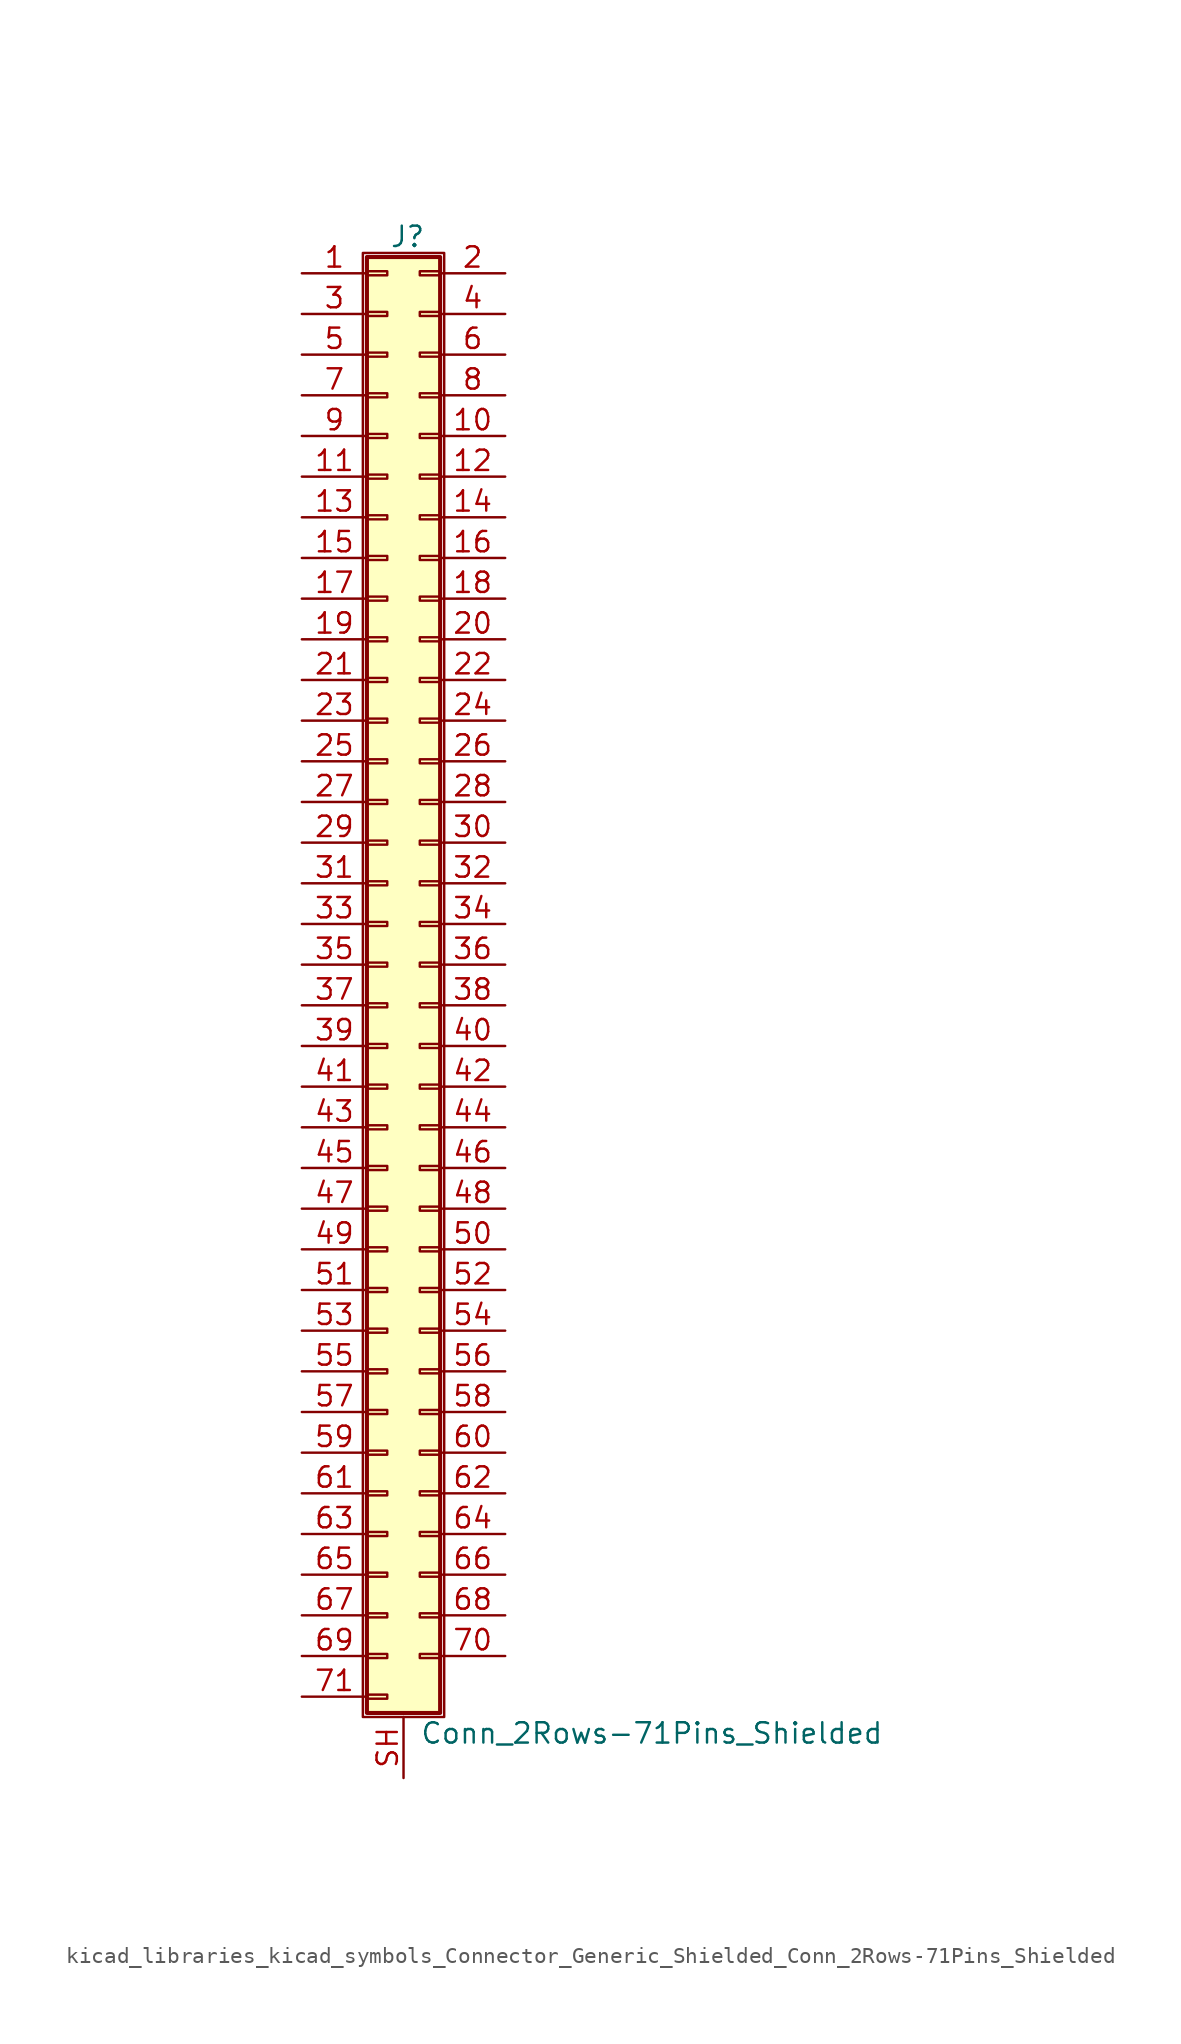
<source format=kicad_sym>
(kicad_symbol_lib
  (version 20220914)
  (generator kicad_symbol_editor)
  (symbol "kicad_libraries_kicad_symbols_Connector_Generic_Shielded_Conn_2Rows-71Pins_Shielded"
    (pin_names
      (offset 1.016) hide)
    (property "Reference" "J"
      (at 1.524 45.466 0)
      (effects (font (size 1.27 1.27))))
    (property "Value" "Conn_2Rows-71Pins_Shielded"
      (at 2.286 -48.006 0)
      (effects (font (size 1.27 1.27)) (justify left)))
    (symbol "kicad_libraries_kicad_symbols_Connector_Generic_Shielded_Conn_2Rows-71Pins_Shielded_1_1"
      (rectangle (start -1.27 44.45) (end 3.81 -46.99) (stroke (width 0.152) (type default)) (fill (type none)))
      (rectangle (start -1.016 -45.593) (end 0.254 -45.847) (stroke (width 0.152) (type default)) (fill (type none)))
      (rectangle (start -1.016 -43.053) (end 0.254 -43.307) (stroke (width 0.152) (type default)) (fill (type none)))
      (rectangle (start -1.016 -40.513) (end 0.254 -40.767) (stroke (width 0.152) (type default)) (fill (type none)))
      (rectangle (start -1.016 -37.973) (end 0.254 -38.227) (stroke (width 0.152) (type default)) (fill (type none)))
      (rectangle (start -1.016 -35.433) (end 0.254 -35.687) (stroke (width 0.152) (type default)) (fill (type none)))
      (rectangle (start -1.016 -32.893) (end 0.254 -33.147) (stroke (width 0.152) (type default)) (fill (type none)))
      (rectangle (start -1.016 -30.353) (end 0.254 -30.607) (stroke (width 0.152) (type default)) (fill (type none)))
      (rectangle (start -1.016 -27.813) (end 0.254 -28.067) (stroke (width 0.152) (type default)) (fill (type none)))
      (rectangle (start -1.016 -25.273) (end 0.254 -25.527) (stroke (width 0.152) (type default)) (fill (type none)))
      (rectangle (start -1.016 -22.733) (end 0.254 -22.987) (stroke (width 0.152) (type default)) (fill (type none)))
      (rectangle (start -1.016 -20.193) (end 0.254 -20.447) (stroke (width 0.152) (type default)) (fill (type none)))
      (rectangle (start -1.016 -17.653) (end 0.254 -17.907) (stroke (width 0.152) (type default)) (fill (type none)))
      (rectangle (start -1.016 -15.113) (end 0.254 -15.367) (stroke (width 0.152) (type default)) (fill (type none)))
      (rectangle (start -1.016 -12.573) (end 0.254 -12.827) (stroke (width 0.152) (type default)) (fill (type none)))
      (rectangle (start -1.016 -10.033) (end 0.254 -10.287) (stroke (width 0.152) (type default)) (fill (type none)))
      (rectangle (start -1.016 -7.493) (end 0.254 -7.747) (stroke (width 0.152) (type default)) (fill (type none)))
      (rectangle (start -1.016 -4.953) (end 0.254 -5.207) (stroke (width 0.152) (type default)) (fill (type none)))
      (rectangle (start -1.016 -2.413) (end 0.254 -2.667) (stroke (width 0.152) (type default)) (fill (type none)))
      (rectangle (start -1.016 0.127) (end 0.254 -0.127) (stroke (width 0.152) (type default)) (fill (type none)))
      (rectangle (start -1.016 2.667) (end 0.254 2.413) (stroke (width 0.152) (type default)) (fill (type none)))
      (rectangle (start -1.016 5.207) (end 0.254 4.953) (stroke (width 0.152) (type default)) (fill (type none)))
      (rectangle (start -1.016 7.747) (end 0.254 7.493) (stroke (width 0.152) (type default)) (fill (type none)))
      (rectangle (start -1.016 10.287) (end 0.254 10.033) (stroke (width 0.152) (type default)) (fill (type none)))
      (rectangle (start -1.016 12.827) (end 0.254 12.573) (stroke (width 0.152) (type default)) (fill (type none)))
      (rectangle (start -1.016 15.367) (end 0.254 15.113) (stroke (width 0.152) (type default)) (fill (type none)))
      (rectangle (start -1.016 17.907) (end 0.254 17.653) (stroke (width 0.152) (type default)) (fill (type none)))
      (rectangle (start -1.016 20.447) (end 0.254 20.193) (stroke (width 0.152) (type default)) (fill (type none)))
      (rectangle (start -1.016 22.987) (end 0.254 22.733) (stroke (width 0.152) (type default)) (fill (type none)))
      (rectangle (start -1.016 25.527) (end 0.254 25.273) (stroke (width 0.152) (type default)) (fill (type none)))
      (rectangle (start -1.016 28.067) (end 0.254 27.813) (stroke (width 0.152) (type default)) (fill (type none)))
      (rectangle (start -1.016 30.607) (end 0.254 30.353) (stroke (width 0.152) (type default)) (fill (type none)))
      (rectangle (start -1.016 33.147) (end 0.254 32.893) (stroke (width 0.152) (type default)) (fill (type none)))
      (rectangle (start -1.016 35.687) (end 0.254 35.433) (stroke (width 0.152) (type default)) (fill (type none)))
      (rectangle (start -1.016 38.227) (end 0.254 37.973) (stroke (width 0.152) (type default)) (fill (type none)))
      (rectangle (start -1.016 40.767) (end 0.254 40.513) (stroke (width 0.152) (type default)) (fill (type none)))
      (rectangle (start -1.016 43.307) (end 0.254 43.053) (stroke (width 0.152) (type default)) (fill (type none)))
      (rectangle (start -1.016 44.196) (end 3.556 -46.736) (stroke (width 0.254) (type default)) (fill (type background)))
      (rectangle (start 3.556 -43.053) (end 2.286 -43.307) (stroke (width 0.152) (type default)) (fill (type none)))
      (rectangle (start 3.556 -40.513) (end 2.286 -40.767) (stroke (width 0.152) (type default)) (fill (type none)))
      (rectangle (start 3.556 -37.973) (end 2.286 -38.227) (stroke (width 0.152) (type default)) (fill (type none)))
      (rectangle (start 3.556 -35.433) (end 2.286 -35.687) (stroke (width 0.152) (type default)) (fill (type none)))
      (rectangle (start 3.556 -32.893) (end 2.286 -33.147) (stroke (width 0.152) (type default)) (fill (type none)))
      (rectangle (start 3.556 -30.353) (end 2.286 -30.607) (stroke (width 0.152) (type default)) (fill (type none)))
      (rectangle (start 3.556 -27.813) (end 2.286 -28.067) (stroke (width 0.152) (type default)) (fill (type none)))
      (rectangle (start 3.556 -25.273) (end 2.286 -25.527) (stroke (width 0.152) (type default)) (fill (type none)))
      (rectangle (start 3.556 -22.733) (end 2.286 -22.987) (stroke (width 0.152) (type default)) (fill (type none)))
      (rectangle (start 3.556 -20.193) (end 2.286 -20.447) (stroke (width 0.152) (type default)) (fill (type none)))
      (rectangle (start 3.556 -17.653) (end 2.286 -17.907) (stroke (width 0.152) (type default)) (fill (type none)))
      (rectangle (start 3.556 -15.113) (end 2.286 -15.367) (stroke (width 0.152) (type default)) (fill (type none)))
      (rectangle (start 3.556 -12.573) (end 2.286 -12.827) (stroke (width 0.152) (type default)) (fill (type none)))
      (rectangle (start 3.556 -10.033) (end 2.286 -10.287) (stroke (width 0.152) (type default)) (fill (type none)))
      (rectangle (start 3.556 -7.493) (end 2.286 -7.747) (stroke (width 0.152) (type default)) (fill (type none)))
      (rectangle (start 3.556 -4.953) (end 2.286 -5.207) (stroke (width 0.152) (type default)) (fill (type none)))
      (rectangle (start 3.556 -2.413) (end 2.286 -2.667) (stroke (width 0.152) (type default)) (fill (type none)))
      (rectangle (start 3.556 0.127) (end 2.286 -0.127) (stroke (width 0.152) (type default)) (fill (type none)))
      (rectangle (start 3.556 2.667) (end 2.286 2.413) (stroke (width 0.152) (type default)) (fill (type none)))
      (rectangle (start 3.556 5.207) (end 2.286 4.953) (stroke (width 0.152) (type default)) (fill (type none)))
      (rectangle (start 3.556 7.747) (end 2.286 7.493) (stroke (width 0.152) (type default)) (fill (type none)))
      (rectangle (start 3.556 10.287) (end 2.286 10.033) (stroke (width 0.152) (type default)) (fill (type none)))
      (rectangle (start 3.556 12.827) (end 2.286 12.573) (stroke (width 0.152) (type default)) (fill (type none)))
      (rectangle (start 3.556 15.367) (end 2.286 15.113) (stroke (width 0.152) (type default)) (fill (type none)))
      (rectangle (start 3.556 17.907) (end 2.286 17.653) (stroke (width 0.152) (type default)) (fill (type none)))
      (rectangle (start 3.556 20.447) (end 2.286 20.193) (stroke (width 0.152) (type default)) (fill (type none)))
      (rectangle (start 3.556 22.987) (end 2.286 22.733) (stroke (width 0.152) (type default)) (fill (type none)))
      (rectangle (start 3.556 25.527) (end 2.286 25.273) (stroke (width 0.152) (type default)) (fill (type none)))
      (rectangle (start 3.556 28.067) (end 2.286 27.813) (stroke (width 0.152) (type default)) (fill (type none)))
      (rectangle (start 3.556 30.607) (end 2.286 30.353) (stroke (width 0.152) (type default)) (fill (type none)))
      (rectangle (start 3.556 33.147) (end 2.286 32.893) (stroke (width 0.152) (type default)) (fill (type none)))
      (rectangle (start 3.556 35.687) (end 2.286 35.433) (stroke (width 0.152) (type default)) (fill (type none)))
      (rectangle (start 3.556 38.227) (end 2.286 37.973) (stroke (width 0.152) (type default)) (fill (type none)))
      (rectangle (start 3.556 40.767) (end 2.286 40.513) (stroke (width 0.152) (type default)) (fill (type none)))
      (rectangle (start 3.556 43.307) (end 2.286 43.053) (stroke (width 0.152) (type default)) (fill (type none)))
      (pin passive line (at -5.08 43.18 0) (length 4.064) (name "Pin_1" (effects (font (size 1.27 1.27)))) (number "1" (effects (font (size 1.27 1.27)))))
      (pin passive line (at 7.62 33.02 180) (length 4.064) (name "Pin_10" (effects (font (size 1.27 1.27)))) (number "10" (effects (font (size 1.27 1.27)))))
      (pin passive line (at -5.08 30.48 0) (length 4.064) (name "Pin_11" (effects (font (size 1.27 1.27)))) (number "11" (effects (font (size 1.27 1.27)))))
      (pin passive line (at 7.62 30.48 180) (length 4.064) (name "Pin_12" (effects (font (size 1.27 1.27)))) (number "12" (effects (font (size 1.27 1.27)))))
      (pin passive line (at -5.08 27.94 0) (length 4.064) (name "Pin_13" (effects (font (size 1.27 1.27)))) (number "13" (effects (font (size 1.27 1.27)))))
      (pin passive line (at 7.62 27.94 180) (length 4.064) (name "Pin_14" (effects (font (size 1.27 1.27)))) (number "14" (effects (font (size 1.27 1.27)))))
      (pin passive line (at -5.08 25.4 0) (length 4.064) (name "Pin_15" (effects (font (size 1.27 1.27)))) (number "15" (effects (font (size 1.27 1.27)))))
      (pin passive line (at 7.62 25.4 180) (length 4.064) (name "Pin_16" (effects (font (size 1.27 1.27)))) (number "16" (effects (font (size 1.27 1.27)))))
      (pin passive line (at -5.08 22.86 0) (length 4.064) (name "Pin_17" (effects (font (size 1.27 1.27)))) (number "17" (effects (font (size 1.27 1.27)))))
      (pin passive line (at 7.62 22.86 180) (length 4.064) (name "Pin_18" (effects (font (size 1.27 1.27)))) (number "18" (effects (font (size 1.27 1.27)))))
      (pin passive line (at -5.08 20.32 0) (length 4.064) (name "Pin_19" (effects (font (size 1.27 1.27)))) (number "19" (effects (font (size 1.27 1.27)))))
      (pin passive line (at 7.62 43.18 180) (length 4.064) (name "Pin_2" (effects (font (size 1.27 1.27)))) (number "2" (effects (font (size 1.27 1.27)))))
      (pin passive line (at 7.62 20.32 180) (length 4.064) (name "Pin_20" (effects (font (size 1.27 1.27)))) (number "20" (effects (font (size 1.27 1.27)))))
      (pin passive line (at -5.08 17.78 0) (length 4.064) (name "Pin_21" (effects (font (size 1.27 1.27)))) (number "21" (effects (font (size 1.27 1.27)))))
      (pin passive line (at 7.62 17.78 180) (length 4.064) (name "Pin_22" (effects (font (size 1.27 1.27)))) (number "22" (effects (font (size 1.27 1.27)))))
      (pin passive line (at -5.08 15.24 0) (length 4.064) (name "Pin_23" (effects (font (size 1.27 1.27)))) (number "23" (effects (font (size 1.27 1.27)))))
      (pin passive line (at 7.62 15.24 180) (length 4.064) (name "Pin_24" (effects (font (size 1.27 1.27)))) (number "24" (effects (font (size 1.27 1.27)))))
      (pin passive line (at -5.08 12.7 0) (length 4.064) (name "Pin_25" (effects (font (size 1.27 1.27)))) (number "25" (effects (font (size 1.27 1.27)))))
      (pin passive line (at 7.62 12.7 180) (length 4.064) (name "Pin_26" (effects (font (size 1.27 1.27)))) (number "26" (effects (font (size 1.27 1.27)))))
      (pin passive line (at -5.08 10.16 0) (length 4.064) (name "Pin_27" (effects (font (size 1.27 1.27)))) (number "27" (effects (font (size 1.27 1.27)))))
      (pin passive line (at 7.62 10.16 180) (length 4.064) (name "Pin_28" (effects (font (size 1.27 1.27)))) (number "28" (effects (font (size 1.27 1.27)))))
      (pin passive line (at -5.08 7.62 0) (length 4.064) (name "Pin_29" (effects (font (size 1.27 1.27)))) (number "29" (effects (font (size 1.27 1.27)))))
      (pin passive line (at -5.08 40.64 0) (length 4.064) (name "Pin_3" (effects (font (size 1.27 1.27)))) (number "3" (effects (font (size 1.27 1.27)))))
      (pin passive line (at 7.62 7.62 180) (length 4.064) (name "Pin_30" (effects (font (size 1.27 1.27)))) (number "30" (effects (font (size 1.27 1.27)))))
      (pin passive line (at -5.08 5.08 0) (length 4.064) (name "Pin_31" (effects (font (size 1.27 1.27)))) (number "31" (effects (font (size 1.27 1.27)))))
      (pin passive line (at 7.62 5.08 180) (length 4.064) (name "Pin_32" (effects (font (size 1.27 1.27)))) (number "32" (effects (font (size 1.27 1.27)))))
      (pin passive line (at -5.08 2.54 0) (length 4.064) (name "Pin_33" (effects (font (size 1.27 1.27)))) (number "33" (effects (font (size 1.27 1.27)))))
      (pin passive line (at 7.62 2.54 180) (length 4.064) (name "Pin_34" (effects (font (size 1.27 1.27)))) (number "34" (effects (font (size 1.27 1.27)))))
      (pin passive line (at -5.08 0 0) (length 4.064) (name "Pin_35" (effects (font (size 1.27 1.27)))) (number "35" (effects (font (size 1.27 1.27)))))
      (pin passive line (at 7.62 0 180) (length 4.064) (name "Pin_36" (effects (font (size 1.27 1.27)))) (number "36" (effects (font (size 1.27 1.27)))))
      (pin passive line (at -5.08 -2.54 0) (length 4.064) (name "Pin_37" (effects (font (size 1.27 1.27)))) (number "37" (effects (font (size 1.27 1.27)))))
      (pin passive line (at 7.62 -2.54 180) (length 4.064) (name "Pin_38" (effects (font (size 1.27 1.27)))) (number "38" (effects (font (size 1.27 1.27)))))
      (pin passive line (at -5.08 -5.08 0) (length 4.064) (name "Pin_39" (effects (font (size 1.27 1.27)))) (number "39" (effects (font (size 1.27 1.27)))))
      (pin passive line (at 7.62 40.64 180) (length 4.064) (name "Pin_4" (effects (font (size 1.27 1.27)))) (number "4" (effects (font (size 1.27 1.27)))))
      (pin passive line (at 7.62 -5.08 180) (length 4.064) (name "Pin_40" (effects (font (size 1.27 1.27)))) (number "40" (effects (font (size 1.27 1.27)))))
      (pin passive line (at -5.08 -7.62 0) (length 4.064) (name "Pin_41" (effects (font (size 1.27 1.27)))) (number "41" (effects (font (size 1.27 1.27)))))
      (pin passive line (at 7.62 -7.62 180) (length 4.064) (name "Pin_42" (effects (font (size 1.27 1.27)))) (number "42" (effects (font (size 1.27 1.27)))))
      (pin passive line (at -5.08 -10.16 0) (length 4.064) (name "Pin_43" (effects (font (size 1.27 1.27)))) (number "43" (effects (font (size 1.27 1.27)))))
      (pin passive line (at 7.62 -10.16 180) (length 4.064) (name "Pin_44" (effects (font (size 1.27 1.27)))) (number "44" (effects (font (size 1.27 1.27)))))
      (pin passive line (at -5.08 -12.7 0) (length 4.064) (name "Pin_45" (effects (font (size 1.27 1.27)))) (number "45" (effects (font (size 1.27 1.27)))))
      (pin passive line (at 7.62 -12.7 180) (length 4.064) (name "Pin_46" (effects (font (size 1.27 1.27)))) (number "46" (effects (font (size 1.27 1.27)))))
      (pin passive line (at -5.08 -15.24 0) (length 4.064) (name "Pin_47" (effects (font (size 1.27 1.27)))) (number "47" (effects (font (size 1.27 1.27)))))
      (pin passive line (at 7.62 -15.24 180) (length 4.064) (name "Pin_48" (effects (font (size 1.27 1.27)))) (number "48" (effects (font (size 1.27 1.27)))))
      (pin passive line (at -5.08 -17.78 0) (length 4.064) (name "Pin_49" (effects (font (size 1.27 1.27)))) (number "49" (effects (font (size 1.27 1.27)))))
      (pin passive line (at -5.08 38.1 0) (length 4.064) (name "Pin_5" (effects (font (size 1.27 1.27)))) (number "5" (effects (font (size 1.27 1.27)))))
      (pin passive line (at 7.62 -17.78 180) (length 4.064) (name "Pin_50" (effects (font (size 1.27 1.27)))) (number "50" (effects (font (size 1.27 1.27)))))
      (pin passive line (at -5.08 -20.32 0) (length 4.064) (name "Pin_51" (effects (font (size 1.27 1.27)))) (number "51" (effects (font (size 1.27 1.27)))))
      (pin passive line (at 7.62 -20.32 180) (length 4.064) (name "Pin_52" (effects (font (size 1.27 1.27)))) (number "52" (effects (font (size 1.27 1.27)))))
      (pin passive line (at -5.08 -22.86 0) (length 4.064) (name "Pin_53" (effects (font (size 1.27 1.27)))) (number "53" (effects (font (size 1.27 1.27)))))
      (pin passive line (at 7.62 -22.86 180) (length 4.064) (name "Pin_54" (effects (font (size 1.27 1.27)))) (number "54" (effects (font (size 1.27 1.27)))))
      (pin passive line (at -5.08 -25.4 0) (length 4.064) (name "Pin_55" (effects (font (size 1.27 1.27)))) (number "55" (effects (font (size 1.27 1.27)))))
      (pin passive line (at 7.62 -25.4 180) (length 4.064) (name "Pin_56" (effects (font (size 1.27 1.27)))) (number "56" (effects (font (size 1.27 1.27)))))
      (pin passive line (at -5.08 -27.94 0) (length 4.064) (name "Pin_57" (effects (font (size 1.27 1.27)))) (number "57" (effects (font (size 1.27 1.27)))))
      (pin passive line (at 7.62 -27.94 180) (length 4.064) (name "Pin_58" (effects (font (size 1.27 1.27)))) (number "58" (effects (font (size 1.27 1.27)))))
      (pin passive line (at -5.08 -30.48 0) (length 4.064) (name "Pin_59" (effects (font (size 1.27 1.27)))) (number "59" (effects (font (size 1.27 1.27)))))
      (pin passive line (at 7.62 38.1 180) (length 4.064) (name "Pin_6" (effects (font (size 1.27 1.27)))) (number "6" (effects (font (size 1.27 1.27)))))
      (pin passive line (at 7.62 -30.48 180) (length 4.064) (name "Pin_60" (effects (font (size 1.27 1.27)))) (number "60" (effects (font (size 1.27 1.27)))))
      (pin passive line (at -5.08 -33.02 0) (length 4.064) (name "Pin_61" (effects (font (size 1.27 1.27)))) (number "61" (effects (font (size 1.27 1.27)))))
      (pin passive line (at 7.62 -33.02 180) (length 4.064) (name "Pin_62" (effects (font (size 1.27 1.27)))) (number "62" (effects (font (size 1.27 1.27)))))
      (pin passive line (at -5.08 -35.56 0) (length 4.064) (name "Pin_63" (effects (font (size 1.27 1.27)))) (number "63" (effects (font (size 1.27 1.27)))))
      (pin passive line (at 7.62 -35.56 180) (length 4.064) (name "Pin_64" (effects (font (size 1.27 1.27)))) (number "64" (effects (font (size 1.27 1.27)))))
      (pin passive line (at -5.08 -38.1 0) (length 4.064) (name "Pin_65" (effects (font (size 1.27 1.27)))) (number "65" (effects (font (size 1.27 1.27)))))
      (pin passive line (at 7.62 -38.1 180) (length 4.064) (name "Pin_66" (effects (font (size 1.27 1.27)))) (number "66" (effects (font (size 1.27 1.27)))))
      (pin passive line (at -5.08 -40.64 0) (length 4.064) (name "Pin_67" (effects (font (size 1.27 1.27)))) (number "67" (effects (font (size 1.27 1.27)))))
      (pin passive line (at 7.62 -40.64 180) (length 4.064) (name "Pin_68" (effects (font (size 1.27 1.27)))) (number "68" (effects (font (size 1.27 1.27)))))
      (pin passive line (at -5.08 -43.18 0) (length 4.064) (name "Pin_69" (effects (font (size 1.27 1.27)))) (number "69" (effects (font (size 1.27 1.27)))))
      (pin passive line (at -5.08 35.56 0) (length 4.064) (name "Pin_7" (effects (font (size 1.27 1.27)))) (number "7" (effects (font (size 1.27 1.27)))))
      (pin passive line (at 7.62 -43.18 180) (length 4.064) (name "Pin_70" (effects (font (size 1.27 1.27)))) (number "70" (effects (font (size 1.27 1.27)))))
      (pin passive line (at -5.08 -45.72 0) (length 4.064) (name "Pin_71" (effects (font (size 1.27 1.27)))) (number "71" (effects (font (size 1.27 1.27)))))
      (pin passive line (at 7.62 35.56 180) (length 4.064) (name "Pin_8" (effects (font (size 1.27 1.27)))) (number "8" (effects (font (size 1.27 1.27)))))
      (pin passive line (at -5.08 33.02 0) (length 4.064) (name "Pin_9" (effects (font (size 1.27 1.27)))) (number "9" (effects (font (size 1.27 1.27)))))
      (pin passive line (at 1.27 -50.8 90) (length 3.81) (name "Shield" (effects (font (size 1.27 1.27)))) (number "SH" (effects (font (size 1.27 1.27))))))))
</source>
